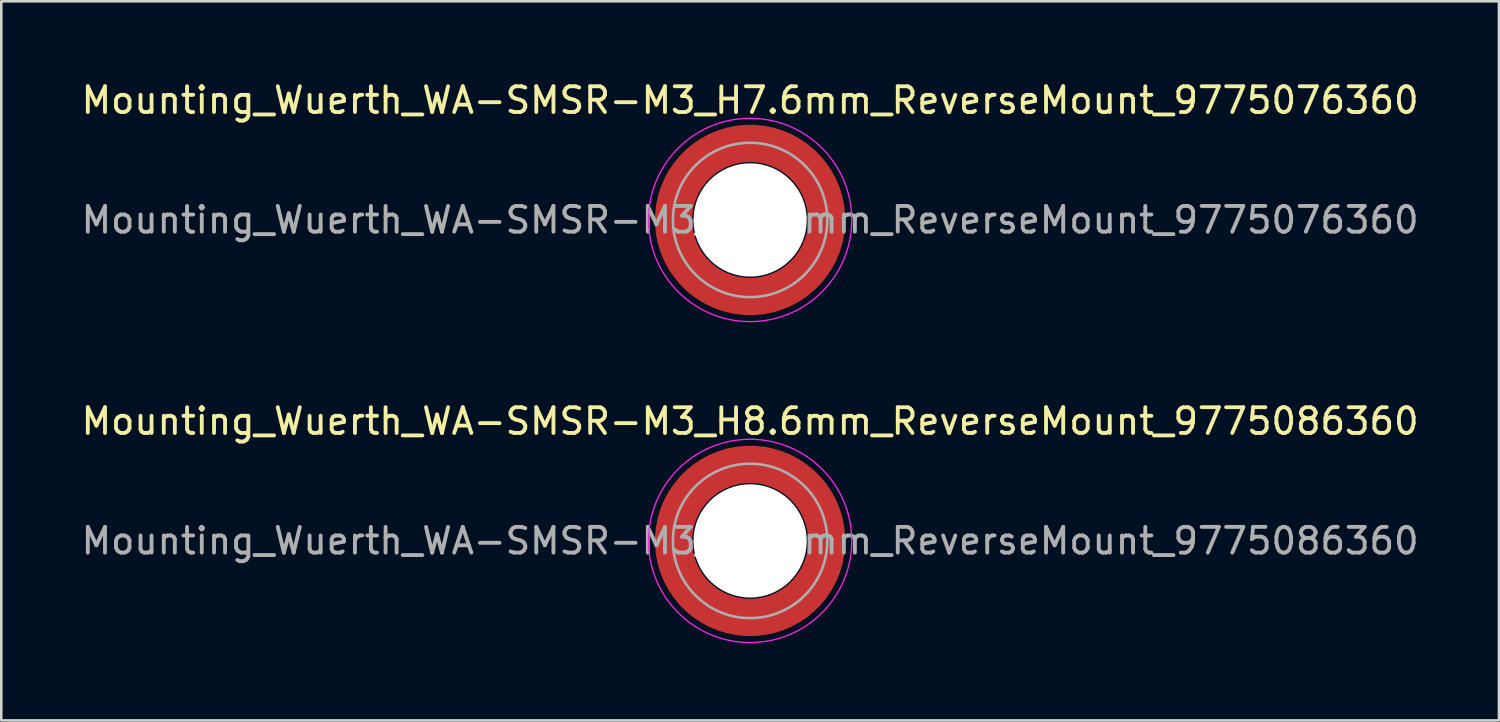
<source format=kicad_pcb>
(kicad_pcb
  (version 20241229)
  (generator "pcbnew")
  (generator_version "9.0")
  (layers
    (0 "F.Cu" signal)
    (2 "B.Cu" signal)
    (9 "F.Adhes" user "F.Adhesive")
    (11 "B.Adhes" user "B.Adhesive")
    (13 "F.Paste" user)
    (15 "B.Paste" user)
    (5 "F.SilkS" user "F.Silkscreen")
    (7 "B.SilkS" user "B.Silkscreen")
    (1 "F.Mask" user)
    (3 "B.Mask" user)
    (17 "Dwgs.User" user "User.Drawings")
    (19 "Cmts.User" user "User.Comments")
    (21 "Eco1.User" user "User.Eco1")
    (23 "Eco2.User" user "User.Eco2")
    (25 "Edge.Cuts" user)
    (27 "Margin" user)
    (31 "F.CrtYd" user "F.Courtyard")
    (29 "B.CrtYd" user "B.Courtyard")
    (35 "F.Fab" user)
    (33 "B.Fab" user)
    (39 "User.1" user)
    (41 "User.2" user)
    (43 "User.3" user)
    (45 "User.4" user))
  (footprint "Mounting_Wuerth_WA-SMSR-M3_H7.6mm_ReverseMount_9775076360"
    (layer "F.Cu")
    (at 26.101 5.498)
    (property "Reference" "Mounting_Wuerth_WA-SMSR-M3_H7.6mm_ReverseMount_9775076360" (at 0 -4.65 0) (layer "F.SilkS") (effects (font (size 1 1) (thickness 0.15))))
    (attr smd)
    (fp_circle (center 0 0) (end 3.95 0) (stroke (width 0.05) (type solid)) (fill no) (layer "F.CrtYd"))
    (fp_circle (center 0 0) (end 3 0) (stroke (width 0.1) (type solid)) (fill no) (layer "F.Fab"))
    (fp_text user "${REFERENCE}" (at 0 0 0) (layer "F.Fab") (effects (font (size 1 1) (thickness 0.15))))
    (pad "" smd custom (at -2.095 -2.095) (size 0.945 0.945) (layers "F.Paste") (options (anchor circle)) (primitives (gr_arc (start -0.24231 1.594804) (mid 0.404104 0.405534) (end 1.592827 -0.241886) (width 0.2)) (gr_arc (start -0.3398 1.594804) (mid 0.335987 0.338711) (end 1.591031 -0.339022) (width 0.2)) (gr_arc (start -0.437132 1.594804) (mid 0.268952 0.270807) (end 1.592231 -0.436623) (width 0.2)) (gr_arc (start -0.534324 1.594804) (mid 0.201345 0.203474) (end 1.591846 -0.53376) (width 0.2)) (gr_arc (start -0.631391 1.594804) (mid 0.134696 0.135183) (end 1.594126 -0.631267) (width 0.2)) (gr_arc (start -0.728345 1.594804) (mid 0.067234 0.067705) (end 1.594149 -0.728229) (width 0.2)) (gr_arc (start -0.825197 1.594804) (mid -0.001218 0.001219) (end 1.591408 -0.824614) (width 0.2)) (gr_arc (start -0.921958 1.594804) (mid -0.068952 -0.065985) (end 1.590665 -0.921269) (width 0.2)) (gr_arc (start -1.018637 1.594804) (mid -0.135972 -0.133906) (end 1.59192 -1.018172) (width 0.2)) (gr_arc (start -1.115239 1.594804) (mid -0.20428 -0.200537) (end 1.589574 -1.11442) (width 0.2)) (gr_arc (start -1.211773 1.594804) (mid -0.26993 -0.269828) (end 1.594662 -1.211752) (width 0.2)) (gr_arc (start -1.308244 1.594804) (mid -0.33911 -0.335587) (end 1.589875 -1.307516) (width 0.2)) (gr_arc (start -1.404657 1.594804) (mid -0.405633 -0.404004) (end 1.592524 -1.404331) (width 0.2)) (gr_arc (start -1.404657 1.594804) (mid -0.405633 -0.404004) (end 1.592524 -1.404331) (width 0.2)) (gr_line (start 1.595 -0.242) (end 1.595 -1.405) (width 0.2)) (gr_line (start -0.242 1.595) (end -1.405 1.595) (width 0.2))))
    (pad "" smd custom (at -2.095 2.095) (size 0.945 0.945) (layers "F.Paste") (options (anchor circle)) (primitives (gr_arc (start 1.594804 0.24231) (mid 0.405534 -0.404104) (end -0.241886 -1.592827) (width 0.2)) (gr_arc (start 1.594804 0.3398) (mid 0.338711 -0.335987) (end -0.339022 -1.591031) (width 0.2)) (gr_arc (start 1.594804 0.437132) (mid 0.270807 -0.268952) (end -0.436623 -1.592231) (width 0.2)) (gr_arc (start 1.594804 0.534324) (mid 0.203474 -0.201345) (end -0.53376 -1.591846) (width 0.2)) (gr_arc (start 1.594804 0.631391) (mid 0.135183 -0.134696) (end -0.631267 -1.594126) (width 0.2)) (gr_arc (start 1.594804 0.728345) (mid 0.067705 -0.067234) (end -0.728229 -1.594149) (width 0.2)) (gr_arc (start 1.594804 0.825197) (mid 0.001219 0.001218) (end -0.824614 -1.591408) (width 0.2)) (gr_arc (start 1.594804 0.921958) (mid -0.065985 0.068952) (end -0.921269 -1.590665) (width 0.2)) (gr_arc (start 1.594804 1.018637) (mid -0.133906 0.135972) (end -1.018172 -1.59192) (width 0.2)) (gr_arc (start 1.594804 1.115239) (mid -0.200537 0.20428) (end -1.11442 -1.589574) (width 0.2)) (gr_arc (start 1.594804 1.211773) (mid -0.269828 0.26993) (end -1.211752 -1.594662) (width 0.2)) (gr_arc (start 1.594804 1.308244) (mid -0.335587 0.33911) (end -1.307516 -1.589875) (width 0.2)) (gr_arc (start 1.594804 1.404657) (mid -0.404004 0.405633) (end -1.404331 -1.592524) (width 0.2)) (gr_arc (start 1.594804 1.404657) (mid -0.404004 0.405633) (end -1.404331 -1.592524) (width 0.2)) (gr_line (start -0.242 -1.595) (end -1.405 -1.595) (width 0.2)) (gr_line (start 1.595 0.242) (end 1.595 1.405) (width 0.2))))
    (pad "" np_thru_hole circle (at 0 0) (size 4.4 4.4) (drill 4.4) (layers "*.Cu" "*.Mask"))
    (pad "" smd custom (at 2.095 -2.095) (size 0.945 0.945) (layers "F.Paste") (options (anchor circle)) (primitives (gr_arc (start -1.594804 -0.24231) (mid -0.405534 0.404104) (end 0.241886 1.592827) (width 0.2)) (gr_arc (start -1.594804 -0.3398) (mid -0.338711 0.335987) (end 0.339022 1.591031) (width 0.2)) (gr_arc (start -1.594804 -0.437132) (mid -0.270807 0.268952) (end 0.436623 1.592231) (width 0.2)) (gr_arc (start -1.594804 -0.534324) (mid -0.203474 0.201345) (end 0.53376 1.591846) (width 0.2)) (gr_arc (start -1.594804 -0.631391) (mid -0.135183 0.134696) (end 0.631267 1.594126) (width 0.2)) (gr_arc (start -1.594804 -0.728345) (mid -0.067705 0.067234) (end 0.728229 1.594149) (width 0.2)) (gr_arc (start -1.594804 -0.825197) (mid -0.001219 -0.001218) (end 0.824614 1.591408) (width 0.2)) (gr_arc (start -1.594804 -0.921958) (mid 0.065985 -0.068952) (end 0.921269 1.590665) (width 0.2)) (gr_arc (start -1.594804 -1.018637) (mid 0.133906 -0.135972) (end 1.018172 1.59192) (width 0.2)) (gr_arc (start -1.594804 -1.115239) (mid 0.200537 -0.20428) (end 1.11442 1.589574) (width 0.2)) (gr_arc (start -1.594804 -1.211773) (mid 0.269828 -0.26993) (end 1.211752 1.594662) (width 0.2)) (gr_arc (start -1.594804 -1.308244) (mid 0.335587 -0.33911) (end 1.307516 1.589875) (width 0.2)) (gr_arc (start -1.594804 -1.404657) (mid 0.404004 -0.405633) (end 1.404331 1.592524) (width 0.2)) (gr_arc (start -1.594804 -1.404657) (mid 0.404004 -0.405633) (end 1.404331 1.592524) (width 0.2)) (gr_line (start 0.242 1.595) (end 1.405 1.595) (width 0.2)) (gr_line (start -1.595 -0.242) (end -1.595 -1.405) (width 0.2))))
    (pad "" smd custom (at 2.095 2.095) (size 0.945 0.945) (layers "F.Paste") (options (anchor circle)) (primitives (gr_arc (start 0.24231 -1.594804) (mid -0.404104 -0.405534) (end -1.592827 0.241886) (width 0.2)) (gr_arc (start 0.3398 -1.594804) (mid -0.335987 -0.338711) (end -1.591031 0.339022) (width 0.2)) (gr_arc (start 0.437132 -1.594804) (mid -0.268952 -0.270807) (end -1.592231 0.436623) (width 0.2)) (gr_arc (start 0.534324 -1.594804) (mid -0.201345 -0.203474) (end -1.591846 0.53376) (width 0.2)) (gr_arc (start 0.631391 -1.594804) (mid -0.134696 -0.135183) (end -1.594126 0.631267) (width 0.2)) (gr_arc (start 0.728345 -1.594804) (mid -0.067234 -0.067705) (end -1.594149 0.728229) (width 0.2)) (gr_arc (start 0.825197 -1.594804) (mid 0.001218 -0.001219) (end -1.591408 0.824614) (width 0.2)) (gr_arc (start 0.921958 -1.594804) (mid 0.068952 0.065985) (end -1.590665 0.921269) (width 0.2)) (gr_arc (start 1.018637 -1.594804) (mid 0.135972 0.133906) (end -1.59192 1.018172) (width 0.2)) (gr_arc (start 1.115239 -1.594804) (mid 0.20428 0.200537) (end -1.589574 1.11442) (width 0.2)) (gr_arc (start 1.211773 -1.594804) (mid 0.26993 0.269828) (end -1.594662 1.211752) (width 0.2)) (gr_arc (start 1.308244 -1.594804) (mid 0.33911 0.335587) (end -1.589875 1.307516) (width 0.2)) (gr_arc (start 1.404657 -1.594804) (mid 0.405633 0.404004) (end -1.592524 1.404331) (width 0.2)) (gr_arc (start 1.404657 -1.594804) (mid 0.405633 0.404004) (end -1.592524 1.404331) (width 0.2)) (gr_line (start -1.595 0.242) (end -1.595 1.405) (width 0.2)) (gr_line (start 0.242 -1.595) (end 1.405 -1.595) (width 0.2))))
    (pad "1" smd circle (at -2.975 0) (size 1.05 1.05) (layers "F.Cu"))
    (pad "1" smd circle (at 0 -2.975) (size 1.05 1.05) (layers "F.Cu"))
    (pad "1" smd circle (at 0 2.975) (size 1.05 1.05) (layers "F.Cu"))
    (pad "1" smd custom (at 2.975 0) (size 1.05 1.05) (layers "F.Cu" "F.Mask") (options (anchor circle)) (primitives (gr_circle (center -2.975 0) (end 0 0) (width 1.45) (fill no)))))
  (footprint "Mounting_Wuerth_WA-SMSR-M3_H8.6mm_ReverseMount_9775086360"
    (layer "F.Cu")
    (at 26.101 17.971)
    (property "Reference" "Mounting_Wuerth_WA-SMSR-M3_H8.6mm_ReverseMount_9775086360" (at 0 -4.65 0) (layer "F.SilkS") (effects (font (size 1 1) (thickness 0.15))))
    (attr smd)
    (fp_circle (center 0 0) (end 3.95 0) (stroke (width 0.05) (type solid)) (fill no) (layer "F.CrtYd"))
    (fp_circle (center 0 0) (end 3 0) (stroke (width 0.1) (type solid)) (fill no) (layer "F.Fab"))
    (fp_text user "${REFERENCE}" (at 0 0 0) (layer "F.Fab") (effects (font (size 1 1) (thickness 0.15))))
    (pad "" smd custom (at -2.095 -2.095) (size 0.945 0.945) (layers "F.Paste") (options (anchor circle)) (primitives (gr_arc (start -0.24231 1.594804) (mid 0.404104 0.405534) (end 1.592827 -0.241886) (width 0.2)) (gr_arc (start -0.3398 1.594804) (mid 0.335987 0.338711) (end 1.591031 -0.339022) (width 0.2)) (gr_arc (start -0.437132 1.594804) (mid 0.268952 0.270807) (end 1.592231 -0.436623) (width 0.2)) (gr_arc (start -0.534324 1.594804) (mid 0.201345 0.203474) (end 1.591846 -0.53376) (width 0.2)) (gr_arc (start -0.631391 1.594804) (mid 0.134696 0.135183) (end 1.594126 -0.631267) (width 0.2)) (gr_arc (start -0.728345 1.594804) (mid 0.067234 0.067705) (end 1.594149 -0.728229) (width 0.2)) (gr_arc (start -0.825197 1.594804) (mid -0.001218 0.001219) (end 1.591408 -0.824614) (width 0.2)) (gr_arc (start -0.921958 1.594804) (mid -0.068952 -0.065985) (end 1.590665 -0.921269) (width 0.2)) (gr_arc (start -1.018637 1.594804) (mid -0.135972 -0.133906) (end 1.59192 -1.018172) (width 0.2)) (gr_arc (start -1.115239 1.594804) (mid -0.20428 -0.200537) (end 1.589574 -1.11442) (width 0.2)) (gr_arc (start -1.211773 1.594804) (mid -0.26993 -0.269828) (end 1.594662 -1.211752) (width 0.2)) (gr_arc (start -1.308244 1.594804) (mid -0.33911 -0.335587) (end 1.589875 -1.307516) (width 0.2)) (gr_arc (start -1.404657 1.594804) (mid -0.405633 -0.404004) (end 1.592524 -1.404331) (width 0.2)) (gr_arc (start -1.404657 1.594804) (mid -0.405633 -0.404004) (end 1.592524 -1.404331) (width 0.2)) (gr_line (start 1.595 -0.242) (end 1.595 -1.405) (width 0.2)) (gr_line (start -0.242 1.595) (end -1.405 1.595) (width 0.2))))
    (pad "" smd custom (at -2.095 2.095) (size 0.945 0.945) (layers "F.Paste") (options (anchor circle)) (primitives (gr_arc (start 1.594804 0.24231) (mid 0.405534 -0.404104) (end -0.241886 -1.592827) (width 0.2)) (gr_arc (start 1.594804 0.3398) (mid 0.338711 -0.335987) (end -0.339022 -1.591031) (width 0.2)) (gr_arc (start 1.594804 0.437132) (mid 0.270807 -0.268952) (end -0.436623 -1.592231) (width 0.2)) (gr_arc (start 1.594804 0.534324) (mid 0.203474 -0.201345) (end -0.53376 -1.591846) (width 0.2)) (gr_arc (start 1.594804 0.631391) (mid 0.135183 -0.134696) (end -0.631267 -1.594126) (width 0.2)) (gr_arc (start 1.594804 0.728345) (mid 0.067705 -0.067234) (end -0.728229 -1.594149) (width 0.2)) (gr_arc (start 1.594804 0.825197) (mid 0.001219 0.001218) (end -0.824614 -1.591408) (width 0.2)) (gr_arc (start 1.594804 0.921958) (mid -0.065985 0.068952) (end -0.921269 -1.590665) (width 0.2)) (gr_arc (start 1.594804 1.018637) (mid -0.133906 0.135972) (end -1.018172 -1.59192) (width 0.2)) (gr_arc (start 1.594804 1.115239) (mid -0.200537 0.20428) (end -1.11442 -1.589574) (width 0.2)) (gr_arc (start 1.594804 1.211773) (mid -0.269828 0.26993) (end -1.211752 -1.594662) (width 0.2)) (gr_arc (start 1.594804 1.308244) (mid -0.335587 0.33911) (end -1.307516 -1.589875) (width 0.2)) (gr_arc (start 1.594804 1.404657) (mid -0.404004 0.405633) (end -1.404331 -1.592524) (width 0.2)) (gr_arc (start 1.594804 1.404657) (mid -0.404004 0.405633) (end -1.404331 -1.592524) (width 0.2)) (gr_line (start -0.242 -1.595) (end -1.405 -1.595) (width 0.2)) (gr_line (start 1.595 0.242) (end 1.595 1.405) (width 0.2))))
    (pad "" np_thru_hole circle (at 0 0) (size 4.4 4.4) (drill 4.4) (layers "*.Cu" "*.Mask"))
    (pad "" smd custom (at 2.095 -2.095) (size 0.945 0.945) (layers "F.Paste") (options (anchor circle)) (primitives (gr_arc (start -1.594804 -0.24231) (mid -0.405534 0.404104) (end 0.241886 1.592827) (width 0.2)) (gr_arc (start -1.594804 -0.3398) (mid -0.338711 0.335987) (end 0.339022 1.591031) (width 0.2)) (gr_arc (start -1.594804 -0.437132) (mid -0.270807 0.268952) (end 0.436623 1.592231) (width 0.2)) (gr_arc (start -1.594804 -0.534324) (mid -0.203474 0.201345) (end 0.53376 1.591846) (width 0.2)) (gr_arc (start -1.594804 -0.631391) (mid -0.135183 0.134696) (end 0.631267 1.594126) (width 0.2)) (gr_arc (start -1.594804 -0.728345) (mid -0.067705 0.067234) (end 0.728229 1.594149) (width 0.2)) (gr_arc (start -1.594804 -0.825197) (mid -0.001219 -0.001218) (end 0.824614 1.591408) (width 0.2)) (gr_arc (start -1.594804 -0.921958) (mid 0.065985 -0.068952) (end 0.921269 1.590665) (width 0.2)) (gr_arc (start -1.594804 -1.018637) (mid 0.133906 -0.135972) (end 1.018172 1.59192) (width 0.2)) (gr_arc (start -1.594804 -1.115239) (mid 0.200537 -0.20428) (end 1.11442 1.589574) (width 0.2)) (gr_arc (start -1.594804 -1.211773) (mid 0.269828 -0.26993) (end 1.211752 1.594662) (width 0.2)) (gr_arc (start -1.594804 -1.308244) (mid 0.335587 -0.33911) (end 1.307516 1.589875) (width 0.2)) (gr_arc (start -1.594804 -1.404657) (mid 0.404004 -0.405633) (end 1.404331 1.592524) (width 0.2)) (gr_arc (start -1.594804 -1.404657) (mid 0.404004 -0.405633) (end 1.404331 1.592524) (width 0.2)) (gr_line (start 0.242 1.595) (end 1.405 1.595) (width 0.2)) (gr_line (start -1.595 -0.242) (end -1.595 -1.405) (width 0.2))))
    (pad "" smd custom (at 2.095 2.095) (size 0.945 0.945) (layers "F.Paste") (options (anchor circle)) (primitives (gr_arc (start 0.24231 -1.594804) (mid -0.404104 -0.405534) (end -1.592827 0.241886) (width 0.2)) (gr_arc (start 0.3398 -1.594804) (mid -0.335987 -0.338711) (end -1.591031 0.339022) (width 0.2)) (gr_arc (start 0.437132 -1.594804) (mid -0.268952 -0.270807) (end -1.592231 0.436623) (width 0.2)) (gr_arc (start 0.534324 -1.594804) (mid -0.201345 -0.203474) (end -1.591846 0.53376) (width 0.2)) (gr_arc (start 0.631391 -1.594804) (mid -0.134696 -0.135183) (end -1.594126 0.631267) (width 0.2)) (gr_arc (start 0.728345 -1.594804) (mid -0.067234 -0.067705) (end -1.594149 0.728229) (width 0.2)) (gr_arc (start 0.825197 -1.594804) (mid 0.001218 -0.001219) (end -1.591408 0.824614) (width 0.2)) (gr_arc (start 0.921958 -1.594804) (mid 0.068952 0.065985) (end -1.590665 0.921269) (width 0.2)) (gr_arc (start 1.018637 -1.594804) (mid 0.135972 0.133906) (end -1.59192 1.018172) (width 0.2)) (gr_arc (start 1.115239 -1.594804) (mid 0.20428 0.200537) (end -1.589574 1.11442) (width 0.2)) (gr_arc (start 1.211773 -1.594804) (mid 0.26993 0.269828) (end -1.594662 1.211752) (width 0.2)) (gr_arc (start 1.308244 -1.594804) (mid 0.33911 0.335587) (end -1.589875 1.307516) (width 0.2)) (gr_arc (start 1.404657 -1.594804) (mid 0.405633 0.404004) (end -1.592524 1.404331) (width 0.2)) (gr_arc (start 1.404657 -1.594804) (mid 0.405633 0.404004) (end -1.592524 1.404331) (width 0.2)) (gr_line (start -1.595 0.242) (end -1.595 1.405) (width 0.2)) (gr_line (start 0.242 -1.595) (end 1.405 -1.595) (width 0.2))))
    (pad "1" smd circle (at -2.975 0) (size 1.05 1.05) (layers "F.Cu"))
    (pad "1" smd circle (at 0 -2.975) (size 1.05 1.05) (layers "F.Cu"))
    (pad "1" smd circle (at 0 2.975) (size 1.05 1.05) (layers "F.Cu"))
    (pad "1" smd custom (at 2.975 0) (size 1.05 1.05) (layers "F.Cu" "F.Mask") (options (anchor circle)) (primitives (gr_circle (center -2.975 0) (end 0 0) (width 1.45) (fill no)))))
  (gr_rect
    (start -3 -3)
    (end 55.202 24.947)
    (stroke (width 0.1) (type default))
    (fill no)
    (layer "Edge.Cuts")))
</source>
